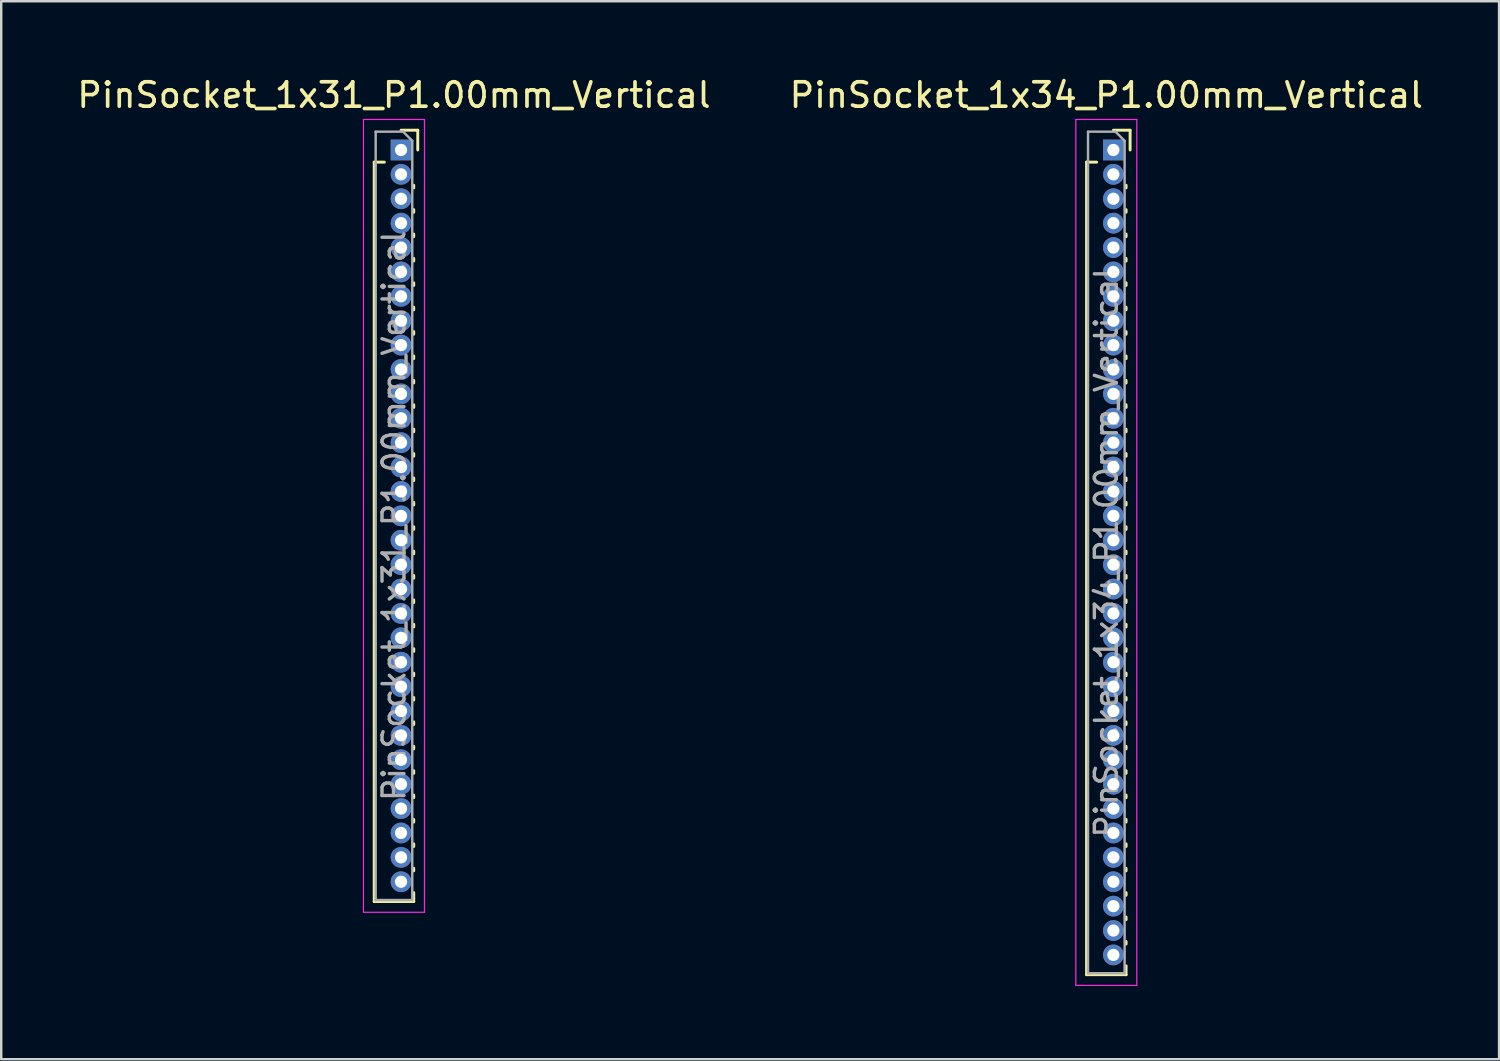
<source format=kicad_pcb>
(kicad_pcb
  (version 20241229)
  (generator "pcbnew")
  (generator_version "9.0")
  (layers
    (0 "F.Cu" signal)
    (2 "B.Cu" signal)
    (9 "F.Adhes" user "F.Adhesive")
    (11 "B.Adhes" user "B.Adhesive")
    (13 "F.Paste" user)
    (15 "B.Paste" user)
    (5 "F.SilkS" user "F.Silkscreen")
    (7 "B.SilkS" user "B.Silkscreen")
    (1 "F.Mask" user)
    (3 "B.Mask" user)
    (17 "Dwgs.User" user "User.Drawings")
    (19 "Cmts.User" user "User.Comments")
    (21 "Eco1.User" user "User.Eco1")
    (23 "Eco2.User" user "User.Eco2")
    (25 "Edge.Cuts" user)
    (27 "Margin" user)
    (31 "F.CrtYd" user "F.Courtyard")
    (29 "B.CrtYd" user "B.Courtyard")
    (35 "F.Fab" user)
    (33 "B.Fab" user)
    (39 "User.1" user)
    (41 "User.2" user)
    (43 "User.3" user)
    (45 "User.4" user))
  (footprint "PinSocket_1x31_P1.00mm_Vertical"
    (layer "F.Cu")
    (at 13.391 3.098)
    (property "Reference" "PinSocket_1x31_P1.00mm_Vertical" (at -0.29 -2.25 0) (layer "F.SilkS") (effects (font (size 1 1) (thickness 0.15))))
    (attr through_hole)
    (fp_line (start -1.1 0.5) (end -1.1 30.81) (stroke (width 0.12) (type solid)) (layer "F.SilkS"))
    (fp_line (start -1.1 0.5) (end -0.685 0.5) (stroke (width 0.12) (type solid)) (layer "F.SilkS"))
    (fp_line (start -1.1 30.81) (end 0.52 30.81) (stroke (width 0.12) (type solid)) (layer "F.SilkS"))
    (fp_line (start 0 -0.81) (end 0.685 -0.81) (stroke (width 0.12) (type solid)) (layer "F.SilkS"))
    (fp_line (start 0.52 1.446) (end 0.52 1.554) (stroke (width 0.12) (type solid)) (layer "F.SilkS"))
    (fp_line (start 0.52 2.446) (end 0.52 2.554) (stroke (width 0.12) (type solid)) (layer "F.SilkS"))
    (fp_line (start 0.52 3.446) (end 0.52 3.554) (stroke (width 0.12) (type solid)) (layer "F.SilkS"))
    (fp_line (start 0.52 4.446) (end 0.52 4.554) (stroke (width 0.12) (type solid)) (layer "F.SilkS"))
    (fp_line (start 0.52 5.446) (end 0.52 5.554) (stroke (width 0.12) (type solid)) (layer "F.SilkS"))
    (fp_line (start 0.52 6.446) (end 0.52 6.554) (stroke (width 0.12) (type solid)) (layer "F.SilkS"))
    (fp_line (start 0.52 7.446) (end 0.52 7.554) (stroke (width 0.12) (type solid)) (layer "F.SilkS"))
    (fp_line (start 0.52 8.446) (end 0.52 8.554) (stroke (width 0.12) (type solid)) (layer "F.SilkS"))
    (fp_line (start 0.52 9.446) (end 0.52 9.554) (stroke (width 0.12) (type solid)) (layer "F.SilkS"))
    (fp_line (start 0.52 10.446) (end 0.52 10.554) (stroke (width 0.12) (type solid)) (layer "F.SilkS"))
    (fp_line (start 0.52 11.446) (end 0.52 11.554) (stroke (width 0.12) (type solid)) (layer "F.SilkS"))
    (fp_line (start 0.52 12.446) (end 0.52 12.554) (stroke (width 0.12) (type solid)) (layer "F.SilkS"))
    (fp_line (start 0.52 13.446) (end 0.52 13.554) (stroke (width 0.12) (type solid)) (layer "F.SilkS"))
    (fp_line (start 0.52 14.446) (end 0.52 14.554) (stroke (width 0.12) (type solid)) (layer "F.SilkS"))
    (fp_line (start 0.52 15.446) (end 0.52 15.554) (stroke (width 0.12) (type solid)) (layer "F.SilkS"))
    (fp_line (start 0.52 16.446) (end 0.52 16.554) (stroke (width 0.12) (type solid)) (layer "F.SilkS"))
    (fp_line (start 0.52 17.446) (end 0.52 17.554) (stroke (width 0.12) (type solid)) (layer "F.SilkS"))
    (fp_line (start 0.52 18.446) (end 0.52 18.554) (stroke (width 0.12) (type solid)) (layer "F.SilkS"))
    (fp_line (start 0.52 19.446) (end 0.52 19.554) (stroke (width 0.12) (type solid)) (layer "F.SilkS"))
    (fp_line (start 0.52 20.446) (end 0.52 20.554) (stroke (width 0.12) (type solid)) (layer "F.SilkS"))
    (fp_line (start 0.52 21.446) (end 0.52 21.554) (stroke (width 0.12) (type solid)) (layer "F.SilkS"))
    (fp_line (start 0.52 22.446) (end 0.52 22.554) (stroke (width 0.12) (type solid)) (layer "F.SilkS"))
    (fp_line (start 0.52 23.446) (end 0.52 23.554) (stroke (width 0.12) (type solid)) (layer "F.SilkS"))
    (fp_line (start 0.52 24.446) (end 0.52 24.554) (stroke (width 0.12) (type solid)) (layer "F.SilkS"))
    (fp_line (start 0.52 25.446) (end 0.52 25.554) (stroke (width 0.12) (type solid)) (layer "F.SilkS"))
    (fp_line (start 0.52 26.446) (end 0.52 26.554) (stroke (width 0.12) (type solid)) (layer "F.SilkS"))
    (fp_line (start 0.52 27.446) (end 0.52 27.554) (stroke (width 0.12) (type solid)) (layer "F.SilkS"))
    (fp_line (start 0.52 28.446) (end 0.52 28.554) (stroke (width 0.12) (type solid)) (layer "F.SilkS"))
    (fp_line (start 0.52 29.446) (end 0.52 29.554) (stroke (width 0.12) (type solid)) (layer "F.SilkS"))
    (fp_line (start 0.52 30.446) (end 0.52 30.81) (stroke (width 0.12) (type solid)) (layer "F.SilkS"))
    (fp_line (start 0.685 -0.81) (end 0.685 0) (stroke (width 0.12) (type solid)) (layer "F.SilkS"))
    (fp_line (start -1.54 -1.25) (end 0.96 -1.25) (stroke (width 0.05) (type solid)) (layer "F.CrtYd"))
    (fp_line (start -1.54 31.25) (end -1.54 -1.25) (stroke (width 0.05) (type solid)) (layer "F.CrtYd"))
    (fp_line (start 0.96 -1.25) (end 0.96 31.25) (stroke (width 0.05) (type solid)) (layer "F.CrtYd"))
    (fp_line (start 0.96 31.25) (end -1.54 31.25) (stroke (width 0.05) (type solid)) (layer "F.CrtYd"))
    (fp_line (start -1.04 -0.75) (end 0.085 -0.75) (stroke (width 0.1) (type solid)) (layer "F.Fab"))
    (fp_line (start -1.04 30.75) (end -1.04 -0.75) (stroke (width 0.1) (type solid)) (layer "F.Fab"))
    (fp_line (start 0.085 -0.75) (end 0.46 -0.375) (stroke (width 0.1) (type solid)) (layer "F.Fab"))
    (fp_line (start 0.46 -0.375) (end 0.46 30.75) (stroke (width 0.1) (type solid)) (layer "F.Fab"))
    (fp_line (start 0.46 30.75) (end -1.04 30.75) (stroke (width 0.1) (type solid)) (layer "F.Fab"))
    (fp_text user "${REFERENCE}" (at -0.29 15 90) (layer "F.Fab") (effects (font (size 0.9 0.9) (thickness 0.14))))
    (pad "1" thru_hole rect (at 0 0) (size 0.85 0.85) (drill 0.5) (layers "*.Cu" "*.Mask"))
    (pad "2" thru_hole circle (at 0 1) (size 0.85 0.85) (drill 0.5) (layers "*.Cu" "*.Mask"))
    (pad "3" thru_hole circle (at 0 2) (size 0.85 0.85) (drill 0.5) (layers "*.Cu" "*.Mask"))
    (pad "4" thru_hole circle (at 0 3) (size 0.85 0.85) (drill 0.5) (layers "*.Cu" "*.Mask"))
    (pad "5" thru_hole circle (at 0 4) (size 0.85 0.85) (drill 0.5) (layers "*.Cu" "*.Mask"))
    (pad "6" thru_hole circle (at 0 5) (size 0.85 0.85) (drill 0.5) (layers "*.Cu" "*.Mask"))
    (pad "7" thru_hole circle (at 0 6) (size 0.85 0.85) (drill 0.5) (layers "*.Cu" "*.Mask"))
    (pad "8" thru_hole circle (at 0 7) (size 0.85 0.85) (drill 0.5) (layers "*.Cu" "*.Mask"))
    (pad "9" thru_hole circle (at 0 8) (size 0.85 0.85) (drill 0.5) (layers "*.Cu" "*.Mask"))
    (pad "10" thru_hole circle (at 0 9) (size 0.85 0.85) (drill 0.5) (layers "*.Cu" "*.Mask"))
    (pad "11" thru_hole circle (at 0 10) (size 0.85 0.85) (drill 0.5) (layers "*.Cu" "*.Mask"))
    (pad "12" thru_hole circle (at 0 11) (size 0.85 0.85) (drill 0.5) (layers "*.Cu" "*.Mask"))
    (pad "13" thru_hole circle (at 0 12) (size 0.85 0.85) (drill 0.5) (layers "*.Cu" "*.Mask"))
    (pad "14" thru_hole circle (at 0 13) (size 0.85 0.85) (drill 0.5) (layers "*.Cu" "*.Mask"))
    (pad "15" thru_hole circle (at 0 14) (size 0.85 0.85) (drill 0.5) (layers "*.Cu" "*.Mask"))
    (pad "16" thru_hole circle (at 0 15) (size 0.85 0.85) (drill 0.5) (layers "*.Cu" "*.Mask"))
    (pad "17" thru_hole circle (at 0 16) (size 0.85 0.85) (drill 0.5) (layers "*.Cu" "*.Mask"))
    (pad "18" thru_hole circle (at 0 17) (size 0.85 0.85) (drill 0.5) (layers "*.Cu" "*.Mask"))
    (pad "19" thru_hole circle (at 0 18) (size 0.85 0.85) (drill 0.5) (layers "*.Cu" "*.Mask"))
    (pad "20" thru_hole circle (at 0 19) (size 0.85 0.85) (drill 0.5) (layers "*.Cu" "*.Mask"))
    (pad "21" thru_hole circle (at 0 20) (size 0.85 0.85) (drill 0.5) (layers "*.Cu" "*.Mask"))
    (pad "22" thru_hole circle (at 0 21) (size 0.85 0.85) (drill 0.5) (layers "*.Cu" "*.Mask"))
    (pad "23" thru_hole circle (at 0 22) (size 0.85 0.85) (drill 0.5) (layers "*.Cu" "*.Mask"))
    (pad "24" thru_hole circle (at 0 23) (size 0.85 0.85) (drill 0.5) (layers "*.Cu" "*.Mask"))
    (pad "25" thru_hole circle (at 0 24) (size 0.85 0.85) (drill 0.5) (layers "*.Cu" "*.Mask"))
    (pad "26" thru_hole circle (at 0 25) (size 0.85 0.85) (drill 0.5) (layers "*.Cu" "*.Mask"))
    (pad "27" thru_hole circle (at 0 26) (size 0.85 0.85) (drill 0.5) (layers "*.Cu" "*.Mask"))
    (pad "28" thru_hole circle (at 0 27) (size 0.85 0.85) (drill 0.5) (layers "*.Cu" "*.Mask"))
    (pad "29" thru_hole circle (at 0 28) (size 0.85 0.85) (drill 0.5) (layers "*.Cu" "*.Mask"))
    (pad "30" thru_hole circle (at 0 29) (size 0.85 0.85) (drill 0.5) (layers "*.Cu" "*.Mask"))
    (pad "31" thru_hole circle (at 0 30) (size 0.85 0.85) (drill 0.5) (layers "*.Cu" "*.Mask")))
  (footprint "PinSocket_1x34_P1.00mm_Vertical"
    (layer "F.Cu")
    (at 42.594 3.098)
    (property "Reference" "PinSocket_1x34_P1.00mm_Vertical" (at -0.29 -2.25 0) (layer "F.SilkS") (effects (font (size 1 1) (thickness 0.15))))
    (attr through_hole)
    (fp_line (start -1.1 0.5) (end -1.1 33.81) (stroke (width 0.12) (type solid)) (layer "F.SilkS"))
    (fp_line (start -1.1 0.5) (end -0.685 0.5) (stroke (width 0.12) (type solid)) (layer "F.SilkS"))
    (fp_line (start -1.1 33.81) (end 0.52 33.81) (stroke (width 0.12) (type solid)) (layer "F.SilkS"))
    (fp_line (start 0 -0.81) (end 0.685 -0.81) (stroke (width 0.12) (type solid)) (layer "F.SilkS"))
    (fp_line (start 0.52 1.446) (end 0.52 1.554) (stroke (width 0.12) (type solid)) (layer "F.SilkS"))
    (fp_line (start 0.52 2.446) (end 0.52 2.554) (stroke (width 0.12) (type solid)) (layer "F.SilkS"))
    (fp_line (start 0.52 3.446) (end 0.52 3.554) (stroke (width 0.12) (type solid)) (layer "F.SilkS"))
    (fp_line (start 0.52 4.446) (end 0.52 4.554) (stroke (width 0.12) (type solid)) (layer "F.SilkS"))
    (fp_line (start 0.52 5.446) (end 0.52 5.554) (stroke (width 0.12) (type solid)) (layer "F.SilkS"))
    (fp_line (start 0.52 6.446) (end 0.52 6.554) (stroke (width 0.12) (type solid)) (layer "F.SilkS"))
    (fp_line (start 0.52 7.446) (end 0.52 7.554) (stroke (width 0.12) (type solid)) (layer "F.SilkS"))
    (fp_line (start 0.52 8.446) (end 0.52 8.554) (stroke (width 0.12) (type solid)) (layer "F.SilkS"))
    (fp_line (start 0.52 9.446) (end 0.52 9.554) (stroke (width 0.12) (type solid)) (layer "F.SilkS"))
    (fp_line (start 0.52 10.446) (end 0.52 10.554) (stroke (width 0.12) (type solid)) (layer "F.SilkS"))
    (fp_line (start 0.52 11.446) (end 0.52 11.554) (stroke (width 0.12) (type solid)) (layer "F.SilkS"))
    (fp_line (start 0.52 12.446) (end 0.52 12.554) (stroke (width 0.12) (type solid)) (layer "F.SilkS"))
    (fp_line (start 0.52 13.446) (end 0.52 13.554) (stroke (width 0.12) (type solid)) (layer "F.SilkS"))
    (fp_line (start 0.52 14.446) (end 0.52 14.554) (stroke (width 0.12) (type solid)) (layer "F.SilkS"))
    (fp_line (start 0.52 15.446) (end 0.52 15.554) (stroke (width 0.12) (type solid)) (layer "F.SilkS"))
    (fp_line (start 0.52 16.446) (end 0.52 16.554) (stroke (width 0.12) (type solid)) (layer "F.SilkS"))
    (fp_line (start 0.52 17.446) (end 0.52 17.554) (stroke (width 0.12) (type solid)) (layer "F.SilkS"))
    (fp_line (start 0.52 18.446) (end 0.52 18.554) (stroke (width 0.12) (type solid)) (layer "F.SilkS"))
    (fp_line (start 0.52 19.446) (end 0.52 19.554) (stroke (width 0.12) (type solid)) (layer "F.SilkS"))
    (fp_line (start 0.52 20.446) (end 0.52 20.554) (stroke (width 0.12) (type solid)) (layer "F.SilkS"))
    (fp_line (start 0.52 21.446) (end 0.52 21.554) (stroke (width 0.12) (type solid)) (layer "F.SilkS"))
    (fp_line (start 0.52 22.446) (end 0.52 22.554) (stroke (width 0.12) (type solid)) (layer "F.SilkS"))
    (fp_line (start 0.52 23.446) (end 0.52 23.554) (stroke (width 0.12) (type solid)) (layer "F.SilkS"))
    (fp_line (start 0.52 24.446) (end 0.52 24.554) (stroke (width 0.12) (type solid)) (layer "F.SilkS"))
    (fp_line (start 0.52 25.446) (end 0.52 25.554) (stroke (width 0.12) (type solid)) (layer "F.SilkS"))
    (fp_line (start 0.52 26.446) (end 0.52 26.554) (stroke (width 0.12) (type solid)) (layer "F.SilkS"))
    (fp_line (start 0.52 27.446) (end 0.52 27.554) (stroke (width 0.12) (type solid)) (layer "F.SilkS"))
    (fp_line (start 0.52 28.446) (end 0.52 28.554) (stroke (width 0.12) (type solid)) (layer "F.SilkS"))
    (fp_line (start 0.52 29.446) (end 0.52 29.554) (stroke (width 0.12) (type solid)) (layer "F.SilkS"))
    (fp_line (start 0.52 30.446) (end 0.52 30.554) (stroke (width 0.12) (type solid)) (layer "F.SilkS"))
    (fp_line (start 0.52 31.446) (end 0.52 31.554) (stroke (width 0.12) (type solid)) (layer "F.SilkS"))
    (fp_line (start 0.52 32.446) (end 0.52 32.554) (stroke (width 0.12) (type solid)) (layer "F.SilkS"))
    (fp_line (start 0.52 33.446) (end 0.52 33.81) (stroke (width 0.12) (type solid)) (layer "F.SilkS"))
    (fp_line (start 0.685 -0.81) (end 0.685 0) (stroke (width 0.12) (type solid)) (layer "F.SilkS"))
    (fp_line (start -1.54 -1.25) (end 0.96 -1.25) (stroke (width 0.05) (type solid)) (layer "F.CrtYd"))
    (fp_line (start -1.54 34.25) (end -1.54 -1.25) (stroke (width 0.05) (type solid)) (layer "F.CrtYd"))
    (fp_line (start 0.96 -1.25) (end 0.96 34.25) (stroke (width 0.05) (type solid)) (layer "F.CrtYd"))
    (fp_line (start 0.96 34.25) (end -1.54 34.25) (stroke (width 0.05) (type solid)) (layer "F.CrtYd"))
    (fp_line (start -1.04 -0.75) (end 0.085 -0.75) (stroke (width 0.1) (type solid)) (layer "F.Fab"))
    (fp_line (start -1.04 33.75) (end -1.04 -0.75) (stroke (width 0.1) (type solid)) (layer "F.Fab"))
    (fp_line (start 0.085 -0.75) (end 0.46 -0.375) (stroke (width 0.1) (type solid)) (layer "F.Fab"))
    (fp_line (start 0.46 -0.375) (end 0.46 33.75) (stroke (width 0.1) (type solid)) (layer "F.Fab"))
    (fp_line (start 0.46 33.75) (end -1.04 33.75) (stroke (width 0.1) (type solid)) (layer "F.Fab"))
    (fp_text user "${REFERENCE}" (at -0.29 16.5 90) (layer "F.Fab") (effects (font (size 0.9 0.9) (thickness 0.14))))
    (pad "1" thru_hole rect (at 0 0) (size 0.85 0.85) (drill 0.5) (layers "*.Cu" "*.Mask"))
    (pad "2" thru_hole circle (at 0 1) (size 0.85 0.85) (drill 0.5) (layers "*.Cu" "*.Mask"))
    (pad "3" thru_hole circle (at 0 2) (size 0.85 0.85) (drill 0.5) (layers "*.Cu" "*.Mask"))
    (pad "4" thru_hole circle (at 0 3) (size 0.85 0.85) (drill 0.5) (layers "*.Cu" "*.Mask"))
    (pad "5" thru_hole circle (at 0 4) (size 0.85 0.85) (drill 0.5) (layers "*.Cu" "*.Mask"))
    (pad "6" thru_hole circle (at 0 5) (size 0.85 0.85) (drill 0.5) (layers "*.Cu" "*.Mask"))
    (pad "7" thru_hole circle (at 0 6) (size 0.85 0.85) (drill 0.5) (layers "*.Cu" "*.Mask"))
    (pad "8" thru_hole circle (at 0 7) (size 0.85 0.85) (drill 0.5) (layers "*.Cu" "*.Mask"))
    (pad "9" thru_hole circle (at 0 8) (size 0.85 0.85) (drill 0.5) (layers "*.Cu" "*.Mask"))
    (pad "10" thru_hole circle (at 0 9) (size 0.85 0.85) (drill 0.5) (layers "*.Cu" "*.Mask"))
    (pad "11" thru_hole circle (at 0 10) (size 0.85 0.85) (drill 0.5) (layers "*.Cu" "*.Mask"))
    (pad "12" thru_hole circle (at 0 11) (size 0.85 0.85) (drill 0.5) (layers "*.Cu" "*.Mask"))
    (pad "13" thru_hole circle (at 0 12) (size 0.85 0.85) (drill 0.5) (layers "*.Cu" "*.Mask"))
    (pad "14" thru_hole circle (at 0 13) (size 0.85 0.85) (drill 0.5) (layers "*.Cu" "*.Mask"))
    (pad "15" thru_hole circle (at 0 14) (size 0.85 0.85) (drill 0.5) (layers "*.Cu" "*.Mask"))
    (pad "16" thru_hole circle (at 0 15) (size 0.85 0.85) (drill 0.5) (layers "*.Cu" "*.Mask"))
    (pad "17" thru_hole circle (at 0 16) (size 0.85 0.85) (drill 0.5) (layers "*.Cu" "*.Mask"))
    (pad "18" thru_hole circle (at 0 17) (size 0.85 0.85) (drill 0.5) (layers "*.Cu" "*.Mask"))
    (pad "19" thru_hole circle (at 0 18) (size 0.85 0.85) (drill 0.5) (layers "*.Cu" "*.Mask"))
    (pad "20" thru_hole circle (at 0 19) (size 0.85 0.85) (drill 0.5) (layers "*.Cu" "*.Mask"))
    (pad "21" thru_hole circle (at 0 20) (size 0.85 0.85) (drill 0.5) (layers "*.Cu" "*.Mask"))
    (pad "22" thru_hole circle (at 0 21) (size 0.85 0.85) (drill 0.5) (layers "*.Cu" "*.Mask"))
    (pad "23" thru_hole circle (at 0 22) (size 0.85 0.85) (drill 0.5) (layers "*.Cu" "*.Mask"))
    (pad "24" thru_hole circle (at 0 23) (size 0.85 0.85) (drill 0.5) (layers "*.Cu" "*.Mask"))
    (pad "25" thru_hole circle (at 0 24) (size 0.85 0.85) (drill 0.5) (layers "*.Cu" "*.Mask"))
    (pad "26" thru_hole circle (at 0 25) (size 0.85 0.85) (drill 0.5) (layers "*.Cu" "*.Mask"))
    (pad "27" thru_hole circle (at 0 26) (size 0.85 0.85) (drill 0.5) (layers "*.Cu" "*.Mask"))
    (pad "28" thru_hole circle (at 0 27) (size 0.85 0.85) (drill 0.5) (layers "*.Cu" "*.Mask"))
    (pad "29" thru_hole circle (at 0 28) (size 0.85 0.85) (drill 0.5) (layers "*.Cu" "*.Mask"))
    (pad "30" thru_hole circle (at 0 29) (size 0.85 0.85) (drill 0.5) (layers "*.Cu" "*.Mask"))
    (pad "31" thru_hole circle (at 0 30) (size 0.85 0.85) (drill 0.5) (layers "*.Cu" "*.Mask"))
    (pad "32" thru_hole circle (at 0 31) (size 0.85 0.85) (drill 0.5) (layers "*.Cu" "*.Mask"))
    (pad "33" thru_hole circle (at 0 32) (size 0.85 0.85) (drill 0.5) (layers "*.Cu" "*.Mask"))
    (pad "34" thru_hole circle (at 0 33) (size 0.85 0.85) (drill 0.5) (layers "*.Cu" "*.Mask")))
  (gr_rect
    (start -3 -3)
    (end 58.405 40.373)
    (stroke (width 0.1) (type default))
    (fill no)
    (layer "Edge.Cuts")))
</source>
